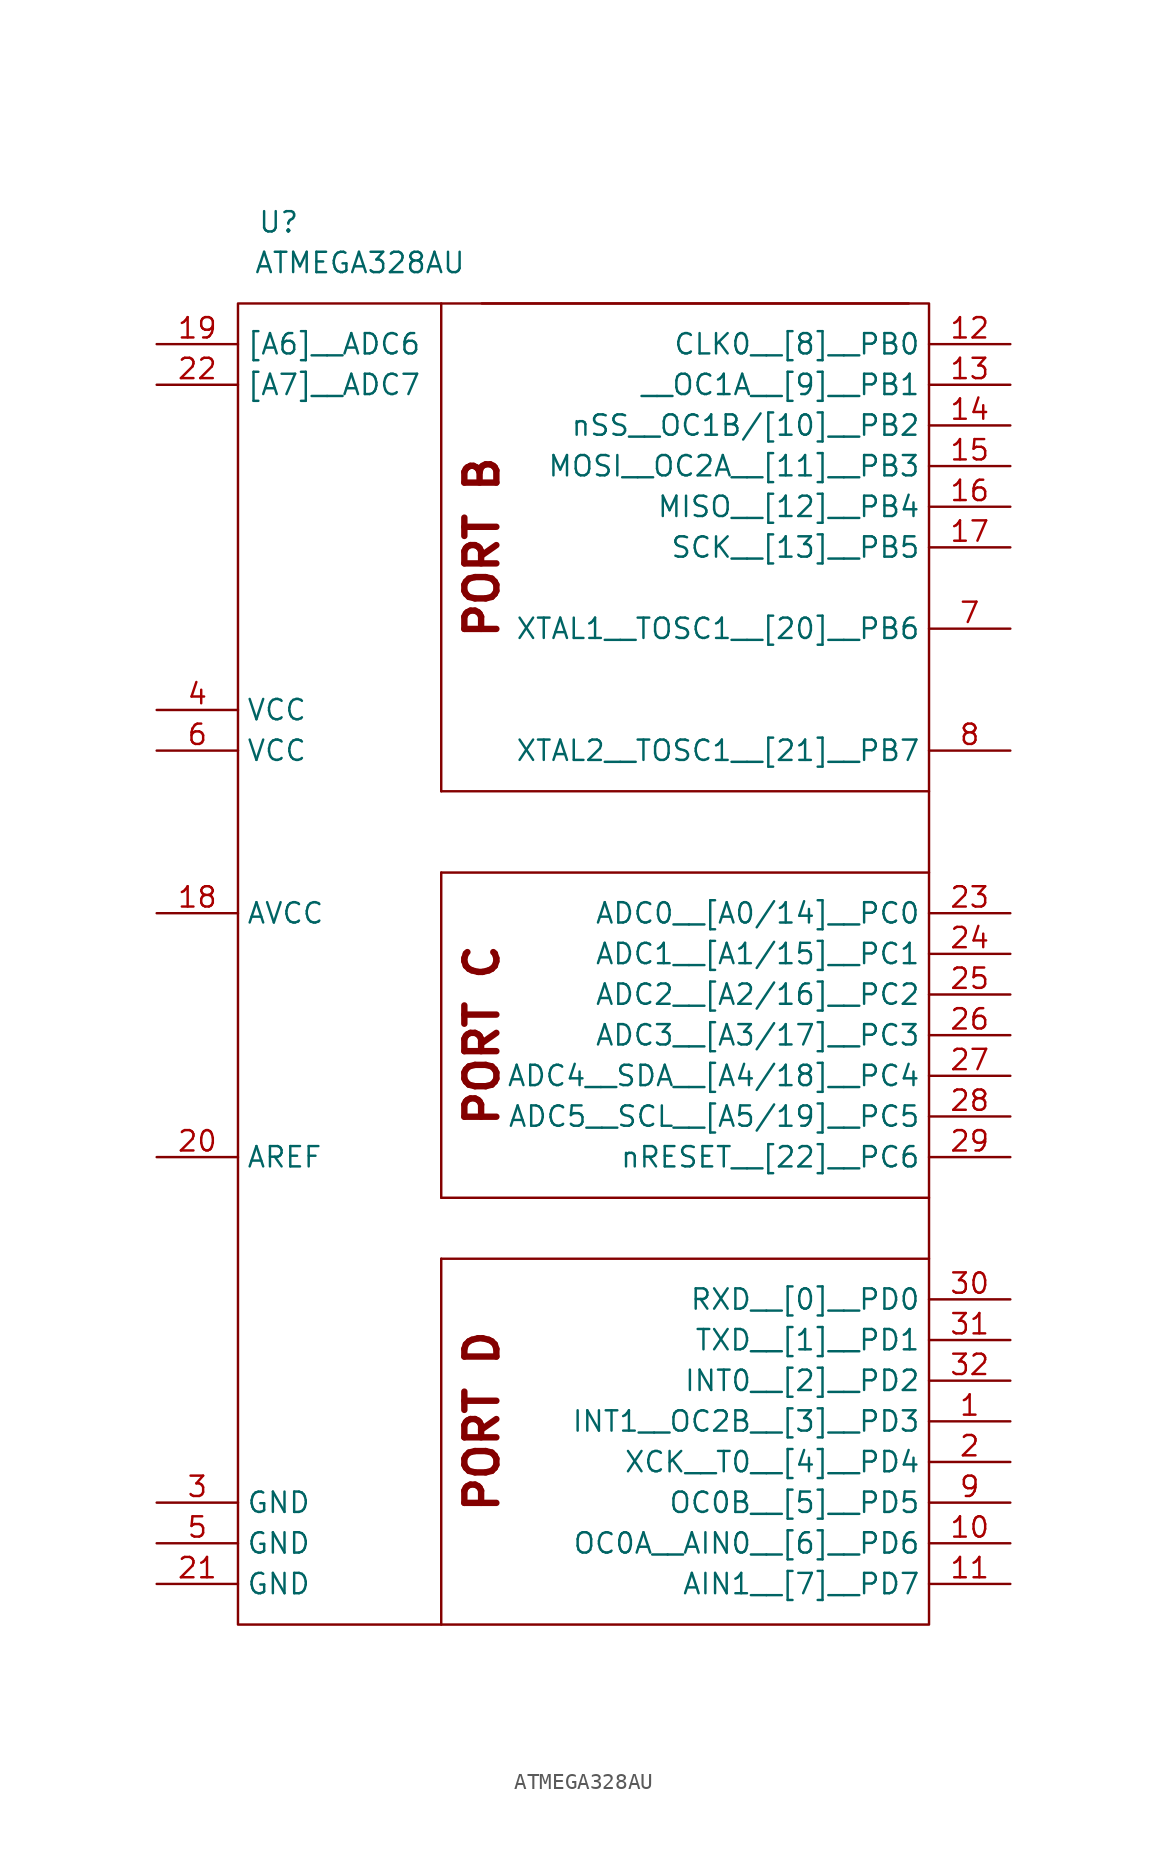
<source format=kicad_sym>
(kicad_symbol_lib
  (version 20211014)
  (generator kicad_symbol_editor)
  (symbol "ATMEGA328AU"
    (property "Reference" "U"
      (at -19.05 45.72 0)
      (effects (font (size 1.27 1.27))))
    (property "Value" "ATMEGA328AU"
      (at -13.97 43.18 0)
      (effects (font (size 1.27 1.27))))
    (symbol "ATMEGA328AU_0_0"
      (text "PORT B" (at -6.35 25.4 900) (effects (font (size 2 2) bold)))
      (text "PORT C" (at -6.35 -5.08 900) (effects (font (size 2 2) bold)))
      (text "PORT D" (at -6.35 -29.21 900) (effects (font (size 2 2) bold))))
    (symbol "ATMEGA328AU_0_1"
      (rectangle (start -21.59 40.64) (end 21.59 -41.91) (stroke (width 0) (type default) (color 0 0 0 0)) (fill (type none)))
      (polyline (pts (xy -8.89 -19.05) (xy -8.89 -41.91)) (stroke (width 0) (type default) (color 0 0 0 0)) (fill (type none)))
      (polyline (pts (xy -8.89 -19.05) (xy 21.59 -19.05)) (stroke (width 0) (type default) (color 0 0 0 0)) (fill (type none)))
      (polyline (pts (xy -8.89 -15.24) (xy 21.59 -15.24)) (stroke (width 0) (type default) (color 0 0 0 0)) (fill (type none)))
      (polyline (pts (xy -8.89 5.08) (xy -8.89 -15.24)) (stroke (width 0) (type default) (color 0 0 0 0)) (fill (type none)))
      (polyline (pts (xy -8.89 5.08) (xy 21.59 5.08)) (stroke (width 0) (type default) (color 0 0 0 0)) (fill (type none)))
      (polyline (pts (xy -8.89 10.16) (xy -8.89 40.64)) (stroke (width 0) (type default) (color 0 0 0 0)) (fill (type none)))
      (polyline (pts (xy -8.89 10.16) (xy 21.59 10.16)) (stroke (width 0) (type default) (color 0 0 0 0)) (fill (type none)))
      (polyline (pts (xy -6.35 40.64) (xy 20.32 40.64)) (stroke (width 0) (type default) (color 0 0 0 0)) (fill (type none))))
    (symbol "ATMEGA328AU_1_1"
      (pin passive line (at 26.67 -29.21 180) (length 5.08) (name "INT1__OC2B__[3]__PD3" (effects (font (size 1.27 1.27)))) (number "1" (effects (font (size 1.27 1.27)))))
      (pin passive line (at 26.67 -36.83 180) (length 5.08) (name "OC0A__AIN0__[6]__PD6" (effects (font (size 1.27 1.27)))) (number "10" (effects (font (size 1.27 1.27)))))
      (pin passive line (at 26.67 -39.37 180) (length 5.08) (name "AIN1__[7]__PD7" (effects (font (size 1.27 1.27)))) (number "11" (effects (font (size 1.27 1.27)))))
      (pin passive line (at 26.67 38.1 180) (length 5.08) (name "CLK0__[8]__PB0" (effects (font (size 1.27 1.27)))) (number "12" (effects (font (size 1.27 1.27)))))
      (pin passive line (at 26.67 35.56 180) (length 5.08) (name "__OC1A__[9]__PB1" (effects (font (size 1.27 1.27)))) (number "13" (effects (font (size 1.27 1.27)))))
      (pin passive line (at 26.67 33.02 180) (length 5.08) (name "nSS__OC1B/[10]__PB2" (effects (font (size 1.27 1.27)))) (number "14" (effects (font (size 1.27 1.27)))))
      (pin passive line (at 26.67 30.48 180) (length 5.08) (name "MOSI__OC2A__[11]__PB3" (effects (font (size 1.27 1.27)))) (number "15" (effects (font (size 1.27 1.27)))))
      (pin passive line (at 26.67 27.94 180) (length 5.08) (name "MISO__[12]__PB4" (effects (font (size 1.27 1.27)))) (number "16" (effects (font (size 1.27 1.27)))))
      (pin passive line (at 26.67 25.4 180) (length 5.08) (name "SCK__[13]__PB5" (effects (font (size 1.27 1.27)))) (number "17" (effects (font (size 1.27 1.27)))))
      (pin passive line (at -26.67 2.54 0) (length 5.08) (name "AVCC" (effects (font (size 1.27 1.27)))) (number "18" (effects (font (size 1.27 1.27)))))
      (pin passive line (at -26.67 38.1 0) (length 5.08) (name "[A6]__ADC6" (effects (font (size 1.27 1.27)))) (number "19" (effects (font (size 1.27 1.27)))))
      (pin passive line (at 26.67 -31.75 180) (length 5.08) (name "XCK__T0__[4]__PD4" (effects (font (size 1.27 1.27)))) (number "2" (effects (font (size 1.27 1.27)))))
      (pin passive line (at -26.67 -12.7 0) (length 5.08) (name "AREF" (effects (font (size 1.27 1.27)))) (number "20" (effects (font (size 1.27 1.27)))))
      (pin passive line (at -26.67 -39.37 0) (length 5.08) (name "GND" (effects (font (size 1.27 1.27)))) (number "21" (effects (font (size 1.27 1.27)))))
      (pin passive line (at -26.67 35.56 0) (length 5.08) (name "[A7]__ADC7" (effects (font (size 1.27 1.27)))) (number "22" (effects (font (size 1.27 1.27)))))
      (pin passive line (at 26.67 2.54 180) (length 5.08) (name "ADC0__[A0/14]__PC0" (effects (font (size 1.27 1.27)))) (number "23" (effects (font (size 1.27 1.27)))))
      (pin passive line (at 26.67 0 180) (length 5.08) (name "ADC1__[A1/15]__PC1" (effects (font (size 1.27 1.27)))) (number "24" (effects (font (size 1.27 1.27)))))
      (pin passive line (at 26.67 -2.54 180) (length 5.08) (name "ADC2__[A2/16]__PC2" (effects (font (size 1.27 1.27)))) (number "25" (effects (font (size 1.27 1.27)))))
      (pin passive line (at 26.67 -5.08 180) (length 5.08) (name "ADC3__[A3/17]__PC3" (effects (font (size 1.27 1.27)))) (number "26" (effects (font (size 1.27 1.27)))))
      (pin passive line (at 26.67 -7.62 180) (length 5.08) (name "ADC4__SDA__[A4/18]__PC4" (effects (font (size 1.27 1.27)))) (number "27" (effects (font (size 1.27 1.27)))))
      (pin passive line (at 26.67 -10.16 180) (length 5.08) (name "ADC5__SCL__[A5/19]__PC5" (effects (font (size 1.27 1.27)))) (number "28" (effects (font (size 1.27 1.27)))))
      (pin passive line (at 26.67 -12.7 180) (length 5.08) (name "nRESET__[22]__PC6" (effects (font (size 1.27 1.27)))) (number "29" (effects (font (size 1.27 1.27)))))
      (pin passive line (at -26.67 -34.29 0) (length 5.08) (name "GND" (effects (font (size 1.27 1.27)))) (number "3" (effects (font (size 1.27 1.27)))))
      (pin passive line (at 26.67 -21.59 180) (length 5.08) (name "RXD__[0]__PD0" (effects (font (size 1.27 1.27)))) (number "30" (effects (font (size 1.27 1.27)))))
      (pin passive line (at 26.67 -24.13 180) (length 5.08) (name "TXD__[1]__PD1" (effects (font (size 1.27 1.27)))) (number "31" (effects (font (size 1.27 1.27)))))
      (pin passive line (at 26.67 -26.67 180) (length 5.08) (name "INT0__[2]__PD2" (effects (font (size 1.27 1.27)))) (number "32" (effects (font (size 1.27 1.27)))))
      (pin passive line (at -26.67 15.24 0) (length 5.08) (name "VCC" (effects (font (size 1.27 1.27)))) (number "4" (effects (font (size 1.27 1.27)))))
      (pin passive line (at -26.67 -36.83 0) (length 5.08) (name "GND" (effects (font (size 1.27 1.27)))) (number "5" (effects (font (size 1.27 1.27)))))
      (pin passive line (at -26.67 12.7 0) (length 5.08) (name "VCC" (effects (font (size 1.27 1.27)))) (number "6" (effects (font (size 1.27 1.27)))))
      (pin passive line (at 26.67 20.32 180) (length 5.08) (name "XTAL1__TOSC1__[20]__PB6" (effects (font (size 1.27 1.27)))) (number "7" (effects (font (size 1.27 1.27)))))
      (pin passive line (at 26.67 12.7 180) (length 5.08) (name "XTAL2__TOSC1__[21]__PB7" (effects (font (size 1.27 1.27)))) (number "8" (effects (font (size 1.27 1.27)))))
      (pin passive line (at 26.67 -34.29 180) (length 5.08) (name "OC0B__[5]__PD5" (effects (font (size 1.27 1.27)))) (number "9" (effects (font (size 1.27 1.27))))))))
</source>
